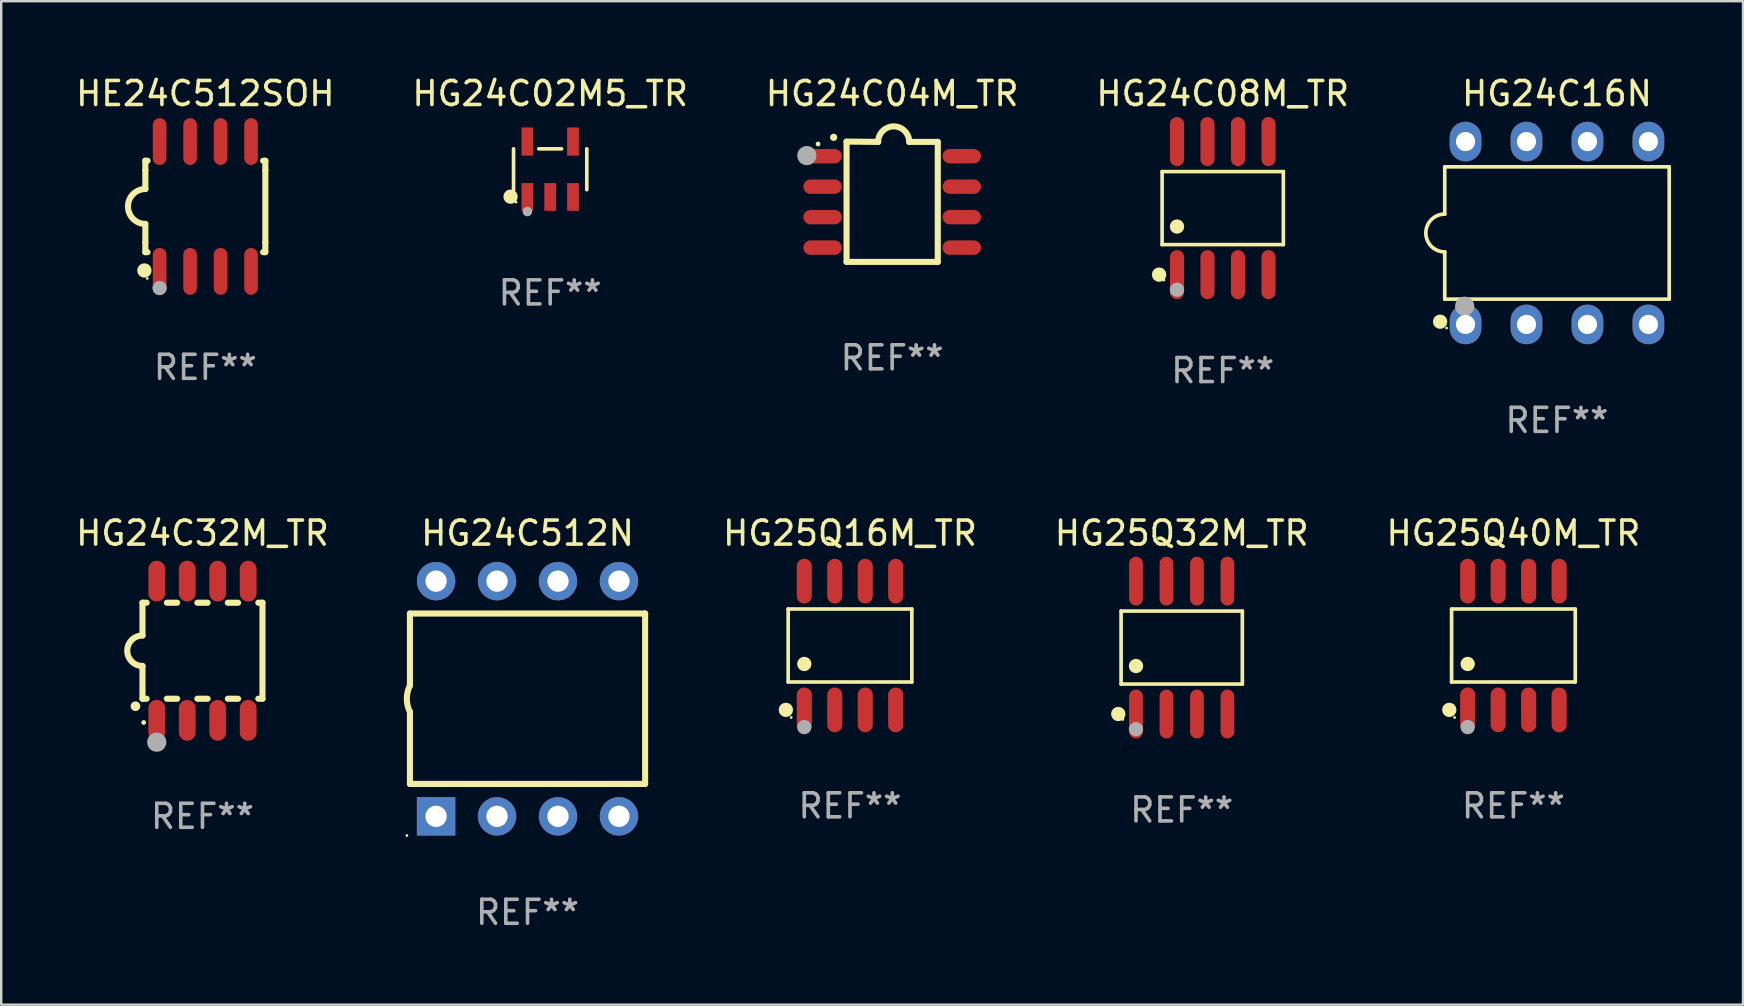
<source format=kicad_pcb>
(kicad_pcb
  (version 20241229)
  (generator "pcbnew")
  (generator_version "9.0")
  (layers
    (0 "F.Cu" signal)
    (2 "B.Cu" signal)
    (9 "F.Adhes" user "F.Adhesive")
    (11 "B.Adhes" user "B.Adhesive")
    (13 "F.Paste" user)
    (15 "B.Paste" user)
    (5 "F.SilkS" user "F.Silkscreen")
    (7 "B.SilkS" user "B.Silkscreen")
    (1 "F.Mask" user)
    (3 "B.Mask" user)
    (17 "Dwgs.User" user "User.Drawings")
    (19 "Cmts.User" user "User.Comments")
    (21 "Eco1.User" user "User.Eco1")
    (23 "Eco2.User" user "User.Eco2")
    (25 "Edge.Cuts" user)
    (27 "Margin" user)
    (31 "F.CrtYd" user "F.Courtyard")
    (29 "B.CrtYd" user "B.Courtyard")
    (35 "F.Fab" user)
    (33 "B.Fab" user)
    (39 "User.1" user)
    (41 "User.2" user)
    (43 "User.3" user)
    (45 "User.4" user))
  (footprint "HG24C08M_TR"
    (layer "F.Cu")
    (at 47.899 5.621)
    (property "Reference" "HG24C08M_TR" (at 0 -4.772 0) (layer "F.SilkS") (effects (font (size 1 1) (thickness 0.15))))
    (attr through_hole)
    (fp_line (start -2.526 -1.521) (end 2.526 -1.521) (stroke (width 0.152) (type solid)) (layer "F.SilkS"))
    (fp_line (start -2.526 1.521) (end -2.526 -1.521) (stroke (width 0.152) (type solid)) (layer "F.SilkS"))
    (fp_line (start 2.526 -1.521) (end 2.526 1.521) (stroke (width 0.152) (type solid)) (layer "F.SilkS"))
    (fp_line (start 2.526 1.521) (end -2.526 1.521) (stroke (width 0.152) (type solid)) (layer "F.SilkS"))
    (fp_circle (center -2.652 2.772) (end -2.501 2.772) (stroke (width 0.3) (type solid)) (fill no) (layer "F.SilkS"))
    (fp_circle (center -2.45 3) (end -2.42 3) (stroke (width 0.06) (type solid)) (fill no) (layer "F.SilkS"))
    (fp_circle (center -1.905 0.769) (end -1.755 0.769) (stroke (width 0.3) (type solid)) (fill no) (layer "F.SilkS"))
    (fp_circle (center -1.905 3.4) (end -1.755 3.4) (stroke (width 0.3) (type solid)) (fill no) (layer "F.Fab"))
    (fp_text user "REF**" (at 0 6.772 0) (layer "F.Fab") (effects (font (size 1 1) (thickness 0.15))))
    (pad "1" smd oval (at -1.905 2.772) (size 0.588 2.045) (layers "F.Cu" "F.Mask" "F.Paste"))
    (pad "2" smd oval (at -0.635 2.772) (size 0.588 2.045) (layers "F.Cu" "F.Mask" "F.Paste"))
    (pad "3" smd oval (at 0.635 2.772) (size 0.588 2.045) (layers "F.Cu" "F.Mask" "F.Paste"))
    (pad "4" smd oval (at 1.905 2.772) (size 0.588 2.045) (layers "F.Cu" "F.Mask" "F.Paste"))
    (pad "5" smd oval (at 1.905 -2.772) (size 0.588 2.045) (layers "F.Cu" "F.Mask" "F.Paste"))
    (pad "6" smd oval (at 0.635 -2.772) (size 0.588 2.045) (layers "F.Cu" "F.Mask" "F.Paste"))
    (pad "7" smd oval (at -0.635 -2.772) (size 0.588 2.045) (layers "F.Cu" "F.Mask" "F.Paste"))
    (pad "8" smd oval (at -1.905 -2.772) (size 0.588 2.045) (layers "F.Cu" "F.Mask" "F.Paste")))
  (footprint "HG24C32M_TR"
    (layer "F.Cu")
    (at 5.387 24.065)
    (property "Reference" "HG24C32M_TR" (at 0 -4.9 0) (layer "F.SilkS") (effects (font (size 1 1) (thickness 0.15))))
    (attr through_hole)
    (fp_line (start -2.5 -2) (end -2.5 -0.635) (stroke (width 0.254) (type solid)) (layer "F.SilkS"))
    (fp_line (start -2.5 -2) (end -2.326 -2) (stroke (width 0.254) (type solid)) (layer "F.SilkS"))
    (fp_line (start -2.5 2) (end -2.5 0.635) (stroke (width 0.254) (type solid)) (layer "F.SilkS"))
    (fp_line (start -2.5 2) (end -2.326 2) (stroke (width 0.254) (type solid)) (layer "F.SilkS"))
    (fp_line (start -1.484 -2) (end -1.056 -2) (stroke (width 0.254) (type solid)) (layer "F.SilkS"))
    (fp_line (start -1.484 2) (end -1.056 2) (stroke (width 0.254) (type solid)) (layer "F.SilkS"))
    (fp_line (start -0.214 -2) (end 0.214 -2) (stroke (width 0.254) (type solid)) (layer "F.SilkS"))
    (fp_line (start -0.214 2) (end 0.214 2) (stroke (width 0.254) (type solid)) (layer "F.SilkS"))
    (fp_line (start 1.056 -2) (end 1.484 -2) (stroke (width 0.254) (type solid)) (layer "F.SilkS"))
    (fp_line (start 1.056 2) (end 1.484 2) (stroke (width 0.254) (type solid)) (layer "F.SilkS"))
    (fp_line (start 2.326 -2) (end 2.5 -2) (stroke (width 0.254) (type solid)) (layer "F.SilkS"))
    (fp_line (start 2.326 2) (end 2.5 2) (stroke (width 0.254) (type solid)) (layer "F.SilkS"))
    (fp_line (start 2.5 -2) (end 2.5 2) (stroke (width 0.254) (type solid)) (layer "F.SilkS"))
    (fp_arc (start -2.794006 2.311405) (mid -2.792736 2.311401) (end -2.791466 2.311405) (stroke (width 0.4) (type solid)) (layer "F.SilkS"))
    (fp_arc (start -2.5 0.635001) (mid -3.134366 -0.000318) (end -2.499365 -0.635001) (stroke (width 0.254001) (type solid)) (layer "F.SilkS"))
    (fp_circle (center -2.45 2.99) (end -2.4 2.99) (stroke (width 0.1) (type solid)) (fill no) (layer "F.SilkS"))
    (fp_circle (center -1.905 3.81) (end -1.705 3.81) (stroke (width 0.4) (type solid)) (fill no) (layer "F.Fab"))
    (fp_text user "REF**" (at 0 6.9 0) (layer "F.Fab") (effects (font (size 1 1) (thickness 0.15))))
    (pad "1" smd oval (at -1.905 2.9 180) (size 0.7 1.7) (layers "F.Cu" "F.Mask" "F.Paste"))
    (pad "2" smd oval (at -0.635 2.9 180) (size 0.7 1.7) (layers "F.Cu" "F.Mask" "F.Paste"))
    (pad "3" smd oval (at 0.635 2.9 180) (size 0.7 1.7) (layers "F.Cu" "F.Mask" "F.Paste"))
    (pad "4" smd oval (at 1.905 2.9 180) (size 0.7 1.7) (layers "F.Cu" "F.Mask" "F.Paste"))
    (pad "5" smd oval (at 1.905 -2.9 180) (size 0.7 1.7) (layers "F.Cu" "F.Mask" "F.Paste"))
    (pad "6" smd oval (at 0.635 -2.9 180) (size 0.7 1.7) (layers "F.Cu" "F.Mask" "F.Paste"))
    (pad "7" smd oval (at -0.635 -2.9 180) (size 0.7 1.7) (layers "F.Cu" "F.Mask" "F.Paste"))
    (pad "8" smd oval (at -1.905 -2.9 180) (size 0.7 1.7) (layers "F.Cu" "F.Mask" "F.Paste")))
  (footprint "HG25Q32M_TR"
    (layer "F.Cu")
    (at 46.19 23.933)
    (property "Reference" "HG25Q32M_TR" (at 0 -4.768 0) (layer "F.SilkS") (effects (font (size 1 1) (thickness 0.15))))
    (attr through_hole)
    (fp_line (start -2.526 -1.521) (end 2.526 -1.521) (stroke (width 0.152) (type solid)) (layer "F.SilkS"))
    (fp_line (start -2.526 1.521) (end -2.526 -1.521) (stroke (width 0.152) (type solid)) (layer "F.SilkS"))
    (fp_line (start 2.526 -1.521) (end 2.526 1.521) (stroke (width 0.152) (type solid)) (layer "F.SilkS"))
    (fp_line (start 2.526 1.521) (end -2.526 1.521) (stroke (width 0.152) (type solid)) (layer "F.SilkS"))
    (fp_circle (center -2.644 2.768) (end -2.494 2.768) (stroke (width 0.3) (type solid)) (fill no) (layer "F.SilkS"))
    (fp_circle (center -2.45 2.998) (end -2.42 2.998) (stroke (width 0.06) (type solid)) (fill no) (layer "F.SilkS"))
    (fp_circle (center -1.905 0.769) (end -1.755 0.769) (stroke (width 0.3) (type solid)) (fill no) (layer "F.SilkS"))
    (fp_circle (center -1.905 3.398) (end -1.755 3.398) (stroke (width 0.3) (type solid)) (fill no) (layer "F.Fab"))
    (fp_text user "REF**" (at 0 6.768 0) (layer "F.Fab") (effects (font (size 1 1) (thickness 0.15))))
    (pad "1" smd oval (at -1.905 2.768) (size 0.574 2.036) (layers "F.Cu" "F.Mask" "F.Paste"))
    (pad "2" smd oval (at -0.635 2.768) (size 0.574 2.036) (layers "F.Cu" "F.Mask" "F.Paste"))
    (pad "3" smd oval (at 0.635 2.768) (size 0.574 2.036) (layers "F.Cu" "F.Mask" "F.Paste"))
    (pad "4" smd oval (at 1.905 2.768) (size 0.574 2.036) (layers "F.Cu" "F.Mask" "F.Paste"))
    (pad "5" smd oval (at 1.905 -2.768) (size 0.574 2.036) (layers "F.Cu" "F.Mask" "F.Paste"))
    (pad "6" smd oval (at 0.635 -2.768) (size 0.574 2.036) (layers "F.Cu" "F.Mask" "F.Paste"))
    (pad "7" smd oval (at -0.635 -2.768) (size 0.574 2.036) (layers "F.Cu" "F.Mask" "F.Paste"))
    (pad "8" smd oval (at -1.905 -2.768) (size 0.574 2.036) (layers "F.Cu" "F.Mask" "F.Paste")))
  (footprint "HG25Q40M_TR"
    (layer "F.Cu")
    (at 60.011 23.847)
    (property "Reference" "HG25Q40M_TR" (at 0 -4.682 0) (layer "F.SilkS") (effects (font (size 1 1) (thickness 0.15))))
    (attr through_hole)
    (fp_line (start -2.576 -1.521) (end 2.576 -1.521) (stroke (width 0.152) (type solid)) (layer "F.SilkS"))
    (fp_line (start -2.576 1.521) (end -2.576 -1.521) (stroke (width 0.152) (type solid)) (layer "F.SilkS"))
    (fp_line (start 2.576 -1.521) (end 2.576 1.521) (stroke (width 0.152) (type solid)) (layer "F.SilkS"))
    (fp_line (start 2.576 1.521) (end -2.576 1.521) (stroke (width 0.152) (type solid)) (layer "F.SilkS"))
    (fp_circle (center -2.672 2.682) (end -2.522 2.682) (stroke (width 0.3) (type solid)) (fill no) (layer "F.SilkS"))
    (fp_circle (center -2.45 3) (end -2.42 3) (stroke (width 0.06) (type solid)) (fill no) (layer "F.SilkS"))
    (fp_circle (center -1.905 0.769) (end -1.755 0.769) (stroke (width 0.3) (type solid)) (fill no) (layer "F.SilkS"))
    (fp_circle (center -1.905 3.4) (end -1.755 3.4) (stroke (width 0.3) (type solid)) (fill no) (layer "F.Fab"))
    (fp_text user "REF**" (at 0 6.682 0) (layer "F.Fab") (effects (font (size 1 1) (thickness 0.15))))
    (pad "1" smd oval (at -1.905 2.682) (size 0.63 1.865) (layers "F.Cu" "F.Mask" "F.Paste"))
    (pad "2" smd oval (at -0.635 2.682) (size 0.63 1.865) (layers "F.Cu" "F.Mask" "F.Paste"))
    (pad "3" smd oval (at 0.635 2.682) (size 0.63 1.865) (layers "F.Cu" "F.Mask" "F.Paste"))
    (pad "4" smd oval (at 1.905 2.682) (size 0.63 1.865) (layers "F.Cu" "F.Mask" "F.Paste"))
    (pad "5" smd oval (at 1.905 -2.682) (size 0.63 1.865) (layers "F.Cu" "F.Mask" "F.Paste"))
    (pad "6" smd oval (at 0.635 -2.682) (size 0.63 1.865) (layers "F.Cu" "F.Mask" "F.Paste"))
    (pad "7" smd oval (at -0.635 -2.682) (size 0.63 1.865) (layers "F.Cu" "F.Mask" "F.Paste"))
    (pad "8" smd oval (at -1.905 -2.682) (size 0.63 1.865) (layers "F.Cu" "F.Mask" "F.Paste")))
  (footprint "HG24C16N"
    (layer "F.Cu")
    (at 61.826 6.658)
    (property "Reference" "HG24C16N" (at 0 -5.81 0) (layer "F.SilkS") (effects (font (size 1 1) (thickness 0.15))))
    (attr through_hole)
    (fp_line (start -4.676 -2.756) (end -4.676 -0.788) (stroke (width 0.152) (type solid)) (layer "F.SilkS"))
    (fp_line (start -4.676 0.788) (end -4.676 2.756) (stroke (width 0.152) (type solid)) (layer "F.SilkS"))
    (fp_line (start -4.676 2.756) (end 4.676 2.756) (stroke (width 0.152) (type solid)) (layer "F.SilkS"))
    (fp_line (start 4.676 -2.756) (end -4.676 -2.756) (stroke (width 0.152) (type solid)) (layer "F.SilkS"))
    (fp_line (start 4.676 2.756) (end 4.676 -2.756) (stroke (width 0.152) (type solid)) (layer "F.SilkS"))
    (fp_arc (start -4.6762 0.787501) (mid -5.463701 0) (end -4.6762 -0.787501) (stroke (width 0.1524) (type solid)) (layer "F.SilkS"))
    (fp_circle (center -4.869 3.697) (end -4.719 3.697) (stroke (width 0.3) (type solid)) (fill no) (layer "F.SilkS"))
    (fp_circle (center -4.6 3.96) (end -4.57 3.96) (stroke (width 0.06) (type solid)) (fill no) (layer "F.SilkS"))
    (fp_circle (center -3.846 3.051) (end -3.646 3.051) (stroke (width 0.4) (type solid)) (fill no) (layer "F.Fab"))
    (fp_text user "REF**" (at 0 7.81 0) (layer "F.Fab") (effects (font (size 1 1) (thickness 0.15))))
    (pad "1" thru_hole oval (at -3.81 3.81) (size 1.32 1.65) (drill 0.8) (layers "*.Cu" "*.Mask"))
    (pad "2" thru_hole oval (at -1.27 3.81) (size 1.32 1.65) (drill 0.8) (layers "*.Cu" "*.Mask"))
    (pad "3" thru_hole oval (at 1.27 3.81) (size 1.32 1.65) (drill 0.8) (layers "*.Cu" "*.Mask"))
    (pad "4" thru_hole oval (at 3.81 3.81) (size 1.32 1.65) (drill 0.8) (layers "*.Cu" "*.Mask"))
    (pad "5" thru_hole oval (at 3.81 -3.81) (size 1.32 1.65) (drill 0.8) (layers "*.Cu" "*.Mask"))
    (pad "6" thru_hole oval (at 1.27 -3.81) (size 1.32 1.65) (drill 0.8) (layers "*.Cu" "*.Mask"))
    (pad "7" thru_hole oval (at -1.27 -3.81) (size 1.32 1.65) (drill 0.8) (layers "*.Cu" "*.Mask"))
    (pad "8" thru_hole oval (at -3.81 -3.81) (size 1.32 1.65) (drill 0.8) (layers "*.Cu" "*.Mask")))
  (footprint "HG24C512N"
    (layer "F.Cu")
    (at 18.931 26.065)
    (property "Reference" "HG24C512N" (at 0 -6.9 0) (layer "F.SilkS") (effects (font (size 1 1) (thickness 0.15))))
    (attr through_hole)
    (fp_line (start -4.9 -3.55) (end -4.9 -0.55) (stroke (width 0.254) (type solid)) (layer "F.SilkS"))
    (fp_line (start -4.9 -3.55) (end 4.9 -3.55) (stroke (width 0.254) (type solid)) (layer "F.SilkS"))
    (fp_line (start -4.9 3.55) (end -4.9 0.55) (stroke (width 0.254) (type solid)) (layer "F.SilkS"))
    (fp_line (start -4.9 3.55) (end 4.9 3.55) (stroke (width 0.254) (type solid)) (layer "F.SilkS"))
    (fp_line (start 4.9 3.55) (end 4.9 -3.55) (stroke (width 0.254) (type solid)) (layer "F.SilkS"))
    (fp_arc (start -4.89967 0.551181) (mid -5.029761 0.000623) (end -4.9 -0.550013) (stroke (width 0.254001) (type solid)) (layer "F.SilkS"))
    (fp_circle (center -5.027 5.7) (end -4.997 5.7) (stroke (width 0.06) (type solid)) (fill no) (layer "F.SilkS"))
    (fp_text user "REF**" (at 0 8.9 0) (layer "F.Fab") (effects (font (size 1 1) (thickness 0.15))))
    (pad "1" thru_hole rect (at -3.81 4.9) (size 1.6 1.6) (drill 0.889) (layers "*.Cu" "*.Mask"))
    (pad "2" thru_hole circle (at -1.27 4.9) (size 1.6 1.6) (drill 0.889) (layers "*.Cu" "*.Mask"))
    (pad "3" thru_hole circle (at 1.27 4.9) (size 1.6 1.6) (drill 0.889) (layers "*.Cu" "*.Mask"))
    (pad "4" thru_hole circle (at 3.81 4.9) (size 1.6 1.6) (drill 0.889) (layers "*.Cu" "*.Mask"))
    (pad "5" thru_hole circle (at 3.81 -4.9) (size 1.6 1.6) (drill 0.889) (layers "*.Cu" "*.Mask"))
    (pad "6" thru_hole circle (at 1.27 -4.9) (size 1.6 1.6) (drill 0.889) (layers "*.Cu" "*.Mask"))
    (pad "7" thru_hole circle (at -1.27 -4.9) (size 1.6 1.6) (drill 0.889) (layers "*.Cu" "*.Mask"))
    (pad "8" thru_hole circle (at -3.81 -4.9) (size 1.6 1.6) (drill 0.889) (layers "*.Cu" "*.Mask")))
  (footprint "HG24C04M_TR"
    (layer "F.Cu")
    (at 34.125 5.356)
    (property "Reference" "HG24C04M_TR" (at 0 -4.507 0) (layer "F.SilkS") (effects (font (size 1 1) (thickness 0.15))))
    (attr through_hole)
    (fp_line (start -1.905 -2.507) (end -0.584 -2.493) (stroke (width 0.254) (type solid)) (layer "F.SilkS"))
    (fp_line (start -1.9 2.507) (end -1.9 -2.493) (stroke (width 0.254) (type solid)) (layer "F.SilkS"))
    (fp_line (start -1.9 2.507) (end 1.9 2.507) (stroke (width 0.254) (type solid)) (layer "F.SilkS"))
    (fp_line (start 1.9 -2.493) (end 0.711 -2.493) (stroke (width 0.254) (type solid)) (layer "F.SilkS"))
    (fp_line (start 1.9 2.507) (end 1.9 -2.493) (stroke (width 0.254) (type solid)) (layer "F.SilkS"))
    (fp_arc (start -2.438532 -2.682563) (mid -2.438537 -2.683833) (end -2.438532 -2.685103) (stroke (width 0.3) (type solid)) (layer "F.SilkS"))
    (fp_arc (start -0.584328 -2.492064) (mid 0.063057 -3.139764) (end 0.711074 -2.492697) (stroke (width 0.254001) (type solid)) (layer "F.SilkS"))
    (fp_circle (center -3.089 -2.406) (end -3.039 -2.406) (stroke (width 0.1) (type solid)) (fill no) (layer "F.SilkS"))
    (fp_circle (center -3.556 -1.923) (end -3.356 -1.923) (stroke (width 0.4) (type solid)) (fill no) (layer "F.Fab"))
    (fp_text user "REF**" (at 0 6.507 0) (layer "F.Fab") (effects (font (size 1 1) (thickness 0.15))))
    (pad "1" smd oval (at -2.9 -1.898 90) (size 0.6 1.6) (layers "F.Cu" "F.Mask" "F.Paste"))
    (pad "2" smd oval (at -2.9 -0.628 90) (size 0.6 1.6) (layers "F.Cu" "F.Mask" "F.Paste"))
    (pad "3" smd oval (at -2.9 0.642 90) (size 0.6 1.6) (layers "F.Cu" "F.Mask" "F.Paste"))
    (pad "4" smd oval (at -2.9 1.912 90) (size 0.6 1.6) (layers "F.Cu" "F.Mask" "F.Paste"))
    (pad "5" smd oval (at 2.9 1.912 90) (size 0.6 1.6) (layers "F.Cu" "F.Mask" "F.Paste"))
    (pad "6" smd oval (at 2.9 0.642 90) (size 0.6 1.6) (layers "F.Cu" "F.Mask" "F.Paste"))
    (pad "7" smd oval (at 2.9 -0.628 90) (size 0.6 1.6) (layers "F.Cu" "F.Mask" "F.Paste"))
    (pad "8" smd oval (at 2.9 -1.898 90) (size 0.6 1.6) (layers "F.Cu" "F.Mask" "F.Paste")))
  (footprint "HE24C512SOH"
    (layer "F.Cu")
    (at 5.506 5.553)
    (property "Reference" "HE24C512SOH" (at 0 -4.705 0) (layer "F.SilkS") (effects (font (size 1 1) (thickness 0.15))))
    (attr through_hole)
    (fp_line (start -2.5 -1.905) (end -2.409 -1.905) (stroke (width 0.254) (type solid)) (layer "F.SilkS"))
    (fp_line (start -2.5 -1.5) (end -2.5 -1.905) (stroke (width 0.254) (type solid)) (layer "F.SilkS"))
    (fp_line (start -2.5 -1.5) (end -2.5 -0.726) (stroke (width 0.254) (type solid)) (layer "F.SilkS"))
    (fp_line (start -2.5 1.5) (end -2.5 0.727) (stroke (width 0.254) (type solid)) (layer "F.SilkS"))
    (fp_line (start -2.5 1.5) (end -2.5 1.905) (stroke (width 0.254) (type solid)) (layer "F.SilkS"))
    (fp_line (start -2.5 1.905) (end -2.409 1.905) (stroke (width 0.254) (type solid)) (layer "F.SilkS"))
    (fp_line (start 2.5 -1.905) (end 2.409 -1.905) (stroke (width 0.254) (type solid)) (layer "F.SilkS"))
    (fp_line (start 2.5 -1.5) (end 2.5 -1.905) (stroke (width 0.254) (type solid)) (layer "F.SilkS"))
    (fp_line (start 2.5 -1.5) (end 2.5 1.5) (stroke (width 0.254) (type solid)) (layer "F.SilkS"))
    (fp_line (start 2.5 1.5) (end 2.5 1.905) (stroke (width 0.254) (type solid)) (layer "F.SilkS"))
    (fp_line (start 2.5 1.905) (end 2.409 1.905) (stroke (width 0.254) (type solid)) (layer "F.SilkS"))
    (fp_arc (start -2.5 0.726568) (mid -3.220316 -0.0023) (end -2.495097 -0.726289) (stroke (width 0.254001) (type solid)) (layer "F.SilkS"))
    (fp_circle (center -2.54 2.667) (end -2.39 2.667) (stroke (width 0.3) (type solid)) (fill no) (layer "F.SilkS"))
    (fp_circle (center -2.42 3) (end -2.39 3) (stroke (width 0.06) (type solid)) (fill no) (layer "F.SilkS"))
    (fp_circle (center -1.905 3.4) (end -1.755 3.4) (stroke (width 0.3) (type solid)) (fill no) (layer "F.Fab"))
    (fp_text user "REF**" (at 0 6.705 0) (layer "F.Fab") (effects (font (size 1 1) (thickness 0.15))))
    (pad "1" smd oval (at -1.905 2.705) (size 0.568 1.95) (layers "F.Cu" "F.Mask" "F.Paste"))
    (pad "2" smd oval (at -0.635 2.705) (size 0.568 1.95) (layers "F.Cu" "F.Mask" "F.Paste"))
    (pad "3" smd oval (at 0.635 2.705) (size 0.568 1.95) (layers "F.Cu" "F.Mask" "F.Paste"))
    (pad "4" smd oval (at 1.905 2.705) (size 0.568 1.95) (layers "F.Cu" "F.Mask" "F.Paste"))
    (pad "5" smd oval (at 1.905 -2.705) (size 0.568 1.95) (layers "F.Cu" "F.Mask" "F.Paste"))
    (pad "6" smd oval (at 0.635 -2.705) (size 0.568 1.95) (layers "F.Cu" "F.Mask" "F.Paste"))
    (pad "7" smd oval (at -0.635 -2.705) (size 0.568 1.95) (layers "F.Cu" "F.Mask" "F.Paste"))
    (pad "8" smd oval (at -1.905 -2.705) (size 0.568 1.95) (layers "F.Cu" "F.Mask" "F.Paste")))
  (footprint "HG25Q16M_TR"
    (layer "F.Cu")
    (at 32.368 23.847)
    (property "Reference" "HG25Q16M_TR" (at 0 -4.682 0) (layer "F.SilkS") (effects (font (size 1 1) (thickness 0.15))))
    (attr through_hole)
    (fp_line (start -2.576 -1.521) (end 2.576 -1.521) (stroke (width 0.152) (type solid)) (layer "F.SilkS"))
    (fp_line (start -2.576 1.521) (end -2.576 -1.521) (stroke (width 0.152) (type solid)) (layer "F.SilkS"))
    (fp_line (start 2.576 -1.521) (end 2.576 1.521) (stroke (width 0.152) (type solid)) (layer "F.SilkS"))
    (fp_line (start 2.576 1.521) (end -2.576 1.521) (stroke (width 0.152) (type solid)) (layer "F.SilkS"))
    (fp_circle (center -2.672 2.682) (end -2.522 2.682) (stroke (width 0.3) (type solid)) (fill no) (layer "F.SilkS"))
    (fp_circle (center -2.45 3) (end -2.42 3) (stroke (width 0.06) (type solid)) (fill no) (layer "F.SilkS"))
    (fp_circle (center -1.905 0.769) (end -1.755 0.769) (stroke (width 0.3) (type solid)) (fill no) (layer "F.SilkS"))
    (fp_circle (center -1.905 3.4) (end -1.755 3.4) (stroke (width 0.3) (type solid)) (fill no) (layer "F.Fab"))
    (fp_text user "REF**" (at 0 6.682 0) (layer "F.Fab") (effects (font (size 1 1) (thickness 0.15))))
    (pad "1" smd oval (at -1.905 2.682) (size 0.63 1.865) (layers "F.Cu" "F.Mask" "F.Paste"))
    (pad "2" smd oval (at -0.635 2.682) (size 0.63 1.865) (layers "F.Cu" "F.Mask" "F.Paste"))
    (pad "3" smd oval (at 0.635 2.682) (size 0.63 1.865) (layers "F.Cu" "F.Mask" "F.Paste"))
    (pad "4" smd oval (at 1.905 2.682) (size 0.63 1.865) (layers "F.Cu" "F.Mask" "F.Paste"))
    (pad "5" smd oval (at 1.905 -2.682) (size 0.63 1.865) (layers "F.Cu" "F.Mask" "F.Paste"))
    (pad "6" smd oval (at 0.635 -2.682) (size 0.63 1.865) (layers "F.Cu" "F.Mask" "F.Paste"))
    (pad "7" smd oval (at -0.635 -2.682) (size 0.63 1.865) (layers "F.Cu" "F.Mask" "F.Paste"))
    (pad "8" smd oval (at -1.905 -2.682) (size 0.63 1.865) (layers "F.Cu" "F.Mask" "F.Paste")))
  (footprint "HG24C02M5_TR"
    (layer "F.Cu")
    (at 19.875 4.002)
    (property "Reference" "HG24C02M5_TR" (at 0 -3.154 0) (layer "F.SilkS") (effects (font (size 1 1) (thickness 0.15))))
    (attr through_hole)
    (fp_line (start -1.526 0.851) (end -1.526 -0.851) (stroke (width 0.152) (type solid)) (layer "F.SilkS"))
    (fp_line (start 0.476 -0.851) (end -0.476 -0.851) (stroke (width 0.152) (type solid)) (layer "F.SilkS"))
    (fp_line (start 1.526 0.851) (end 1.526 -0.851) (stroke (width 0.152) (type solid)) (layer "F.SilkS"))
    (fp_circle (center -1.651 1.143) (end -1.501 1.143) (stroke (width 0.3) (type solid)) (fill no) (layer "F.SilkS"))
    (fp_circle (center -1.42 1.37) (end -1.39 1.37) (stroke (width 0.06) (type solid)) (fill no) (layer "F.SilkS"))
    (fp_circle (center -0.95 1.763) (end -0.85 1.763) (stroke (width 0.2) (type solid)) (fill no) (layer "F.Fab"))
    (fp_text user "REF**" (at 0 5.154 0) (layer "F.Fab") (effects (font (size 1 1) (thickness 0.15))))
    (pad "1" smd rect (at -0.95 1.154) (size 0.49 1.157) (layers "F.Cu" "F.Mask" "F.Paste"))
    (pad "2" smd rect (at 0 1.154) (size 0.49 1.157) (layers "F.Cu" "F.Mask" "F.Paste"))
    (pad "3" smd rect (at 0.95 1.154) (size 0.49 1.157) (layers "F.Cu" "F.Mask" "F.Paste"))
    (pad "4" smd rect (at 0.95 -1.154) (size 0.49 1.175) (layers "F.Cu" "F.Mask" "F.Paste"))
    (pad "5" smd rect (at -0.95 -1.154) (size 0.49 1.175) (layers "F.Cu" "F.Mask" "F.Paste")))
  (gr_rect
    (start -3 -3)
    (end 69.578 38.813)
    (stroke (width 0.1) (type default))
    (fill no)
    (layer "Edge.Cuts")))
</source>
